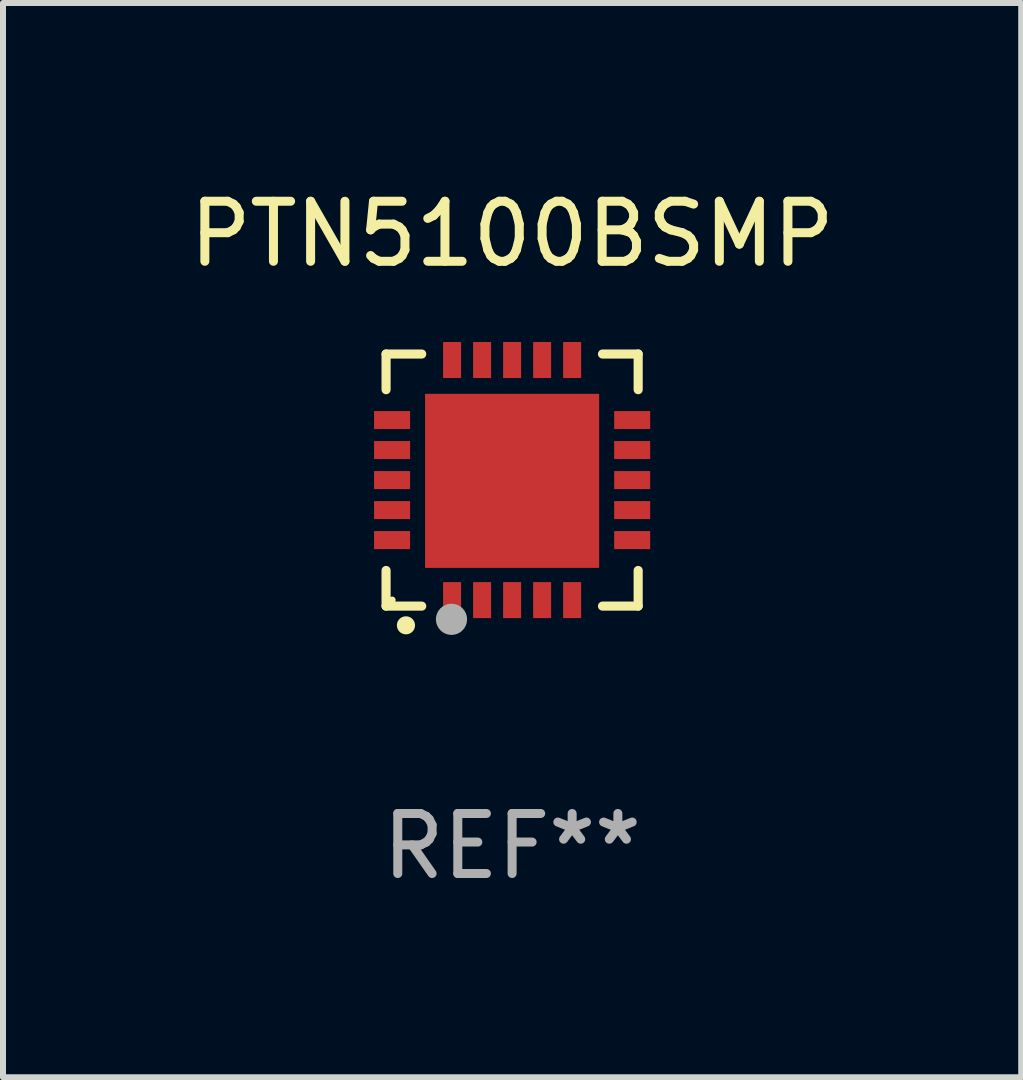
<source format=kicad_pcb>
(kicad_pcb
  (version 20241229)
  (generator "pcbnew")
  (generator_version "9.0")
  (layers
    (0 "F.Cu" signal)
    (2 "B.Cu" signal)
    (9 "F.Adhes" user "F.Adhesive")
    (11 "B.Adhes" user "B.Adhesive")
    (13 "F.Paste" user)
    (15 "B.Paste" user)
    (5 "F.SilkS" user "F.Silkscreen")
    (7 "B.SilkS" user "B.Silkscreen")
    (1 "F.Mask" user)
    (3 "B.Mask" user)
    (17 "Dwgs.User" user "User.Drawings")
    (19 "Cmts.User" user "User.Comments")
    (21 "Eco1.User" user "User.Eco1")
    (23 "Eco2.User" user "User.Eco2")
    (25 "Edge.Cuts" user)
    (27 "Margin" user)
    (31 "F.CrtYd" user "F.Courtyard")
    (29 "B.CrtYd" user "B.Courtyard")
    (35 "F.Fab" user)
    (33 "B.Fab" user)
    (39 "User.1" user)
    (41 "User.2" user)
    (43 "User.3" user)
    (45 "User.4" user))
  (footprint "PTN5100BSMP"
    (layer "F.Cu")
    (at 5.482 4.948)
    (property "Reference" "PTN5100BSMP" (at 0 -4.1 0) (layer "F.SilkS") (effects (font (size 1 1) (thickness 0.15))))
    (attr through_hole)
    (fp_line (start -2.1 -2.1) (end -1.506 -2.1) (stroke (width 0.152) (type solid)) (layer "F.SilkS"))
    (fp_line (start -2.1 -1.506) (end -2.1 -2.1) (stroke (width 0.152) (type solid)) (layer "F.SilkS"))
    (fp_line (start -2.1 2.1) (end -2.1 1.506) (stroke (width 0.152) (type solid)) (layer "F.SilkS"))
    (fp_line (start -1.506 2.1) (end -2.1 2.1) (stroke (width 0.152) (type solid)) (layer "F.SilkS"))
    (fp_line (start 1.506 -2.1) (end 2.1 -2.1) (stroke (width 0.152) (type solid)) (layer "F.SilkS"))
    (fp_line (start 2.1 -2.1) (end 2.1 -1.506) (stroke (width 0.152) (type solid)) (layer "F.SilkS"))
    (fp_line (start 2.1 1.506) (end 2.1 2.1) (stroke (width 0.152) (type solid)) (layer "F.SilkS"))
    (fp_line (start 2.1 2.1) (end 1.506 2.1) (stroke (width 0.152) (type solid)) (layer "F.SilkS"))
    (fp_arc (start -1.770003 2.420028) (mid -1.768733 2.420023) (end -1.767463 2.420028) (stroke (width 0.3) (type solid)) (layer "F.SilkS"))
    (fp_circle (center -2 2) (end -1.97 2) (stroke (width 0.06) (type solid)) (fill no) (layer "F.SilkS"))
    (fp_circle (center -1.01 2.32) (end -0.88 2.32) (stroke (width 0.26) (type solid)) (fill no) (layer "F.Fab"))
    (fp_text user "REF**" (at 0 6.1 0) (layer "F.Fab") (effects (font (size 1 1) (thickness 0.15))))
    (pad "1" smd rect (at -1 2 180) (size 0.3 0.6) (layers "F.Cu" "F.Mask" "F.Paste"))
    (pad "2" smd rect (at -0.5 2 180) (size 0.3 0.6) (layers "F.Cu" "F.Mask" "F.Paste"))
    (pad "3" smd rect (at 0 2 180) (size 0.3 0.6) (layers "F.Cu" "F.Mask" "F.Paste"))
    (pad "4" smd rect (at 0.5 2 180) (size 0.3 0.6) (layers "F.Cu" "F.Mask" "F.Paste"))
    (pad "5" smd rect (at 1 2 180) (size 0.3 0.6) (layers "F.Cu" "F.Mask" "F.Paste"))
    (pad "6" smd rect (at 2 1 90) (size 0.3 0.6) (layers "F.Cu" "F.Mask" "F.Paste"))
    (pad "7" smd rect (at 2 0.5 90) (size 0.3 0.6) (layers "F.Cu" "F.Mask" "F.Paste"))
    (pad "8" smd rect (at 2 0.000013 90) (size 0.3 0.6) (layers "F.Cu" "F.Mask" "F.Paste"))
    (pad "9" smd rect (at 2 -0.5 90) (size 0.3 0.6) (layers "F.Cu" "F.Mask" "F.Paste"))
    (pad "10" smd rect (at 2 -1 90) (size 0.3 0.6) (layers "F.Cu" "F.Mask" "F.Paste"))
    (pad "11" smd rect (at 1 -2 180) (size 0.3 0.6) (layers "F.Cu" "F.Mask" "F.Paste"))
    (pad "12" smd rect (at 0.5 -2 180) (size 0.3 0.6) (layers "F.Cu" "F.Mask" "F.Paste"))
    (pad "13" smd rect (at 0 -2 180) (size 0.3 0.6) (layers "F.Cu" "F.Mask" "F.Paste"))
    (pad "14" smd rect (at -0.5 -2 180) (size 0.3 0.6) (layers "F.Cu" "F.Mask" "F.Paste"))
    (pad "15" smd rect (at -1 -2 180) (size 0.3 0.6) (layers "F.Cu" "F.Mask" "F.Paste"))
    (pad "16" smd rect (at -2 -1 90) (size 0.3 0.6) (layers "F.Cu" "F.Mask" "F.Paste"))
    (pad "17" smd rect (at -2 -0.5 90) (size 0.3 0.6) (layers "F.Cu" "F.Mask" "F.Paste"))
    (pad "18" smd rect (at -2 0.000013 90) (size 0.3 0.6) (layers "F.Cu" "F.Mask" "F.Paste"))
    (pad "19" smd rect (at -2 0.5 90) (size 0.3 0.6) (layers "F.Cu" "F.Mask" "F.Paste"))
    (pad "20" smd rect (at -2 1 90) (size 0.3 0.6) (layers "F.Cu" "F.Mask" "F.Paste"))
    (pad "21" smd rect (at 0 0.013) (size 2.9 2.9) (layers "F.Cu" "F.Mask" "F.Paste")))
  (gr_rect
    (start -3 -3)
    (end 13.964 14.897)
    (stroke (width 0.1) (type default))
    (fill no)
    (layer "Edge.Cuts")))
</source>
